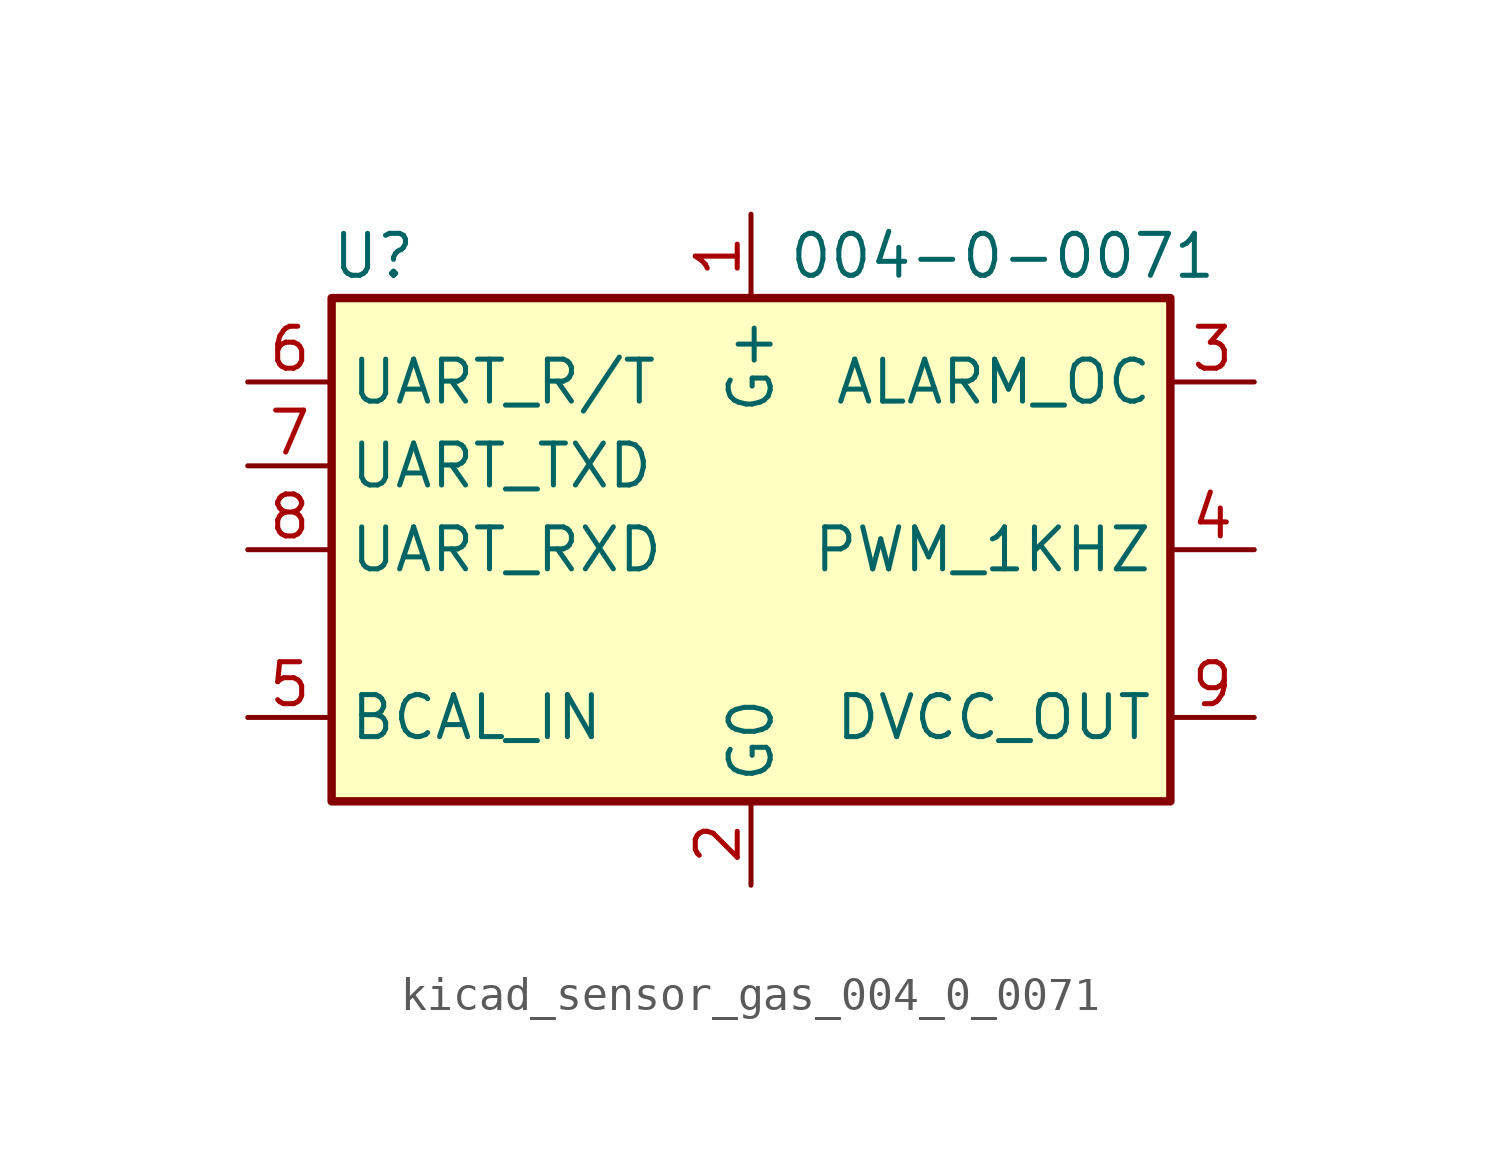
<source format=kicad_sym>
(kicad_symbol_lib
  (version 20220914)
  (generator kicad_symbol_editor)
  (symbol "kicad_sensor_gas_004_0_0071"
    (property "Reference" "U"
      (at -11.43 8.89 0)
      (effects (font (size 1.27 1.27))))
    (property "Value" "004-0-0071"
      (at 7.62 8.89 0)
      (effects (font (size 1.27 1.27))))
    (symbol "kicad_sensor_gas_004_0_0071_0_1"
      (rectangle (start -12.7 7.62) (end 12.7 -7.62) (stroke (width 0.254) (type default)) (fill (type background))))
    (symbol "kicad_sensor_gas_004_0_0071_1_1"
      (pin power_in line (at 0 10.16 270) (length 2.54) (name "G+" (effects (font (size 1.27 1.27)))) (number "1" (effects (font (size 1.27 1.27)))))
      (pin power_in line (at 0 -10.16 90) (length 2.54) (name "G0" (effects (font (size 1.27 1.27)))) (number "2" (effects (font (size 1.27 1.27)))))
      (pin open_collector line (at 15.24 5.08 180) (length 2.54) (name "ALARM_OC" (effects (font (size 1.27 1.27)))) (number "3" (effects (font (size 1.27 1.27)))))
      (pin output line (at 15.24 0 180) (length 2.54) (name "PWM_1KHZ" (effects (font (size 1.27 1.27)))) (number "4" (effects (font (size 1.27 1.27)))))
      (pin input line (at -15.24 -5.08 0) (length 2.54) (name "BCAL_IN" (effects (font (size 1.27 1.27)))) (number "5" (effects (font (size 1.27 1.27)))))
      (pin output line (at -15.24 5.08 0) (length 2.54) (name "UART_R/T" (effects (font (size 1.27 1.27)))) (number "6" (effects (font (size 1.27 1.27)))))
      (pin output line (at -15.24 2.54 0) (length 2.54) (name "UART_TXD" (effects (font (size 1.27 1.27)))) (number "7" (effects (font (size 1.27 1.27)))))
      (pin input line (at -15.24 0 0) (length 2.54) (name "UART_RXD" (effects (font (size 1.27 1.27)))) (number "8" (effects (font (size 1.27 1.27)))))
      (pin power_out line (at 15.24 -5.08 180) (length 2.54) (name "DVCC_OUT" (effects (font (size 1.27 1.27)))) (number "9" (effects (font (size 1.27 1.27))))))))
</source>
